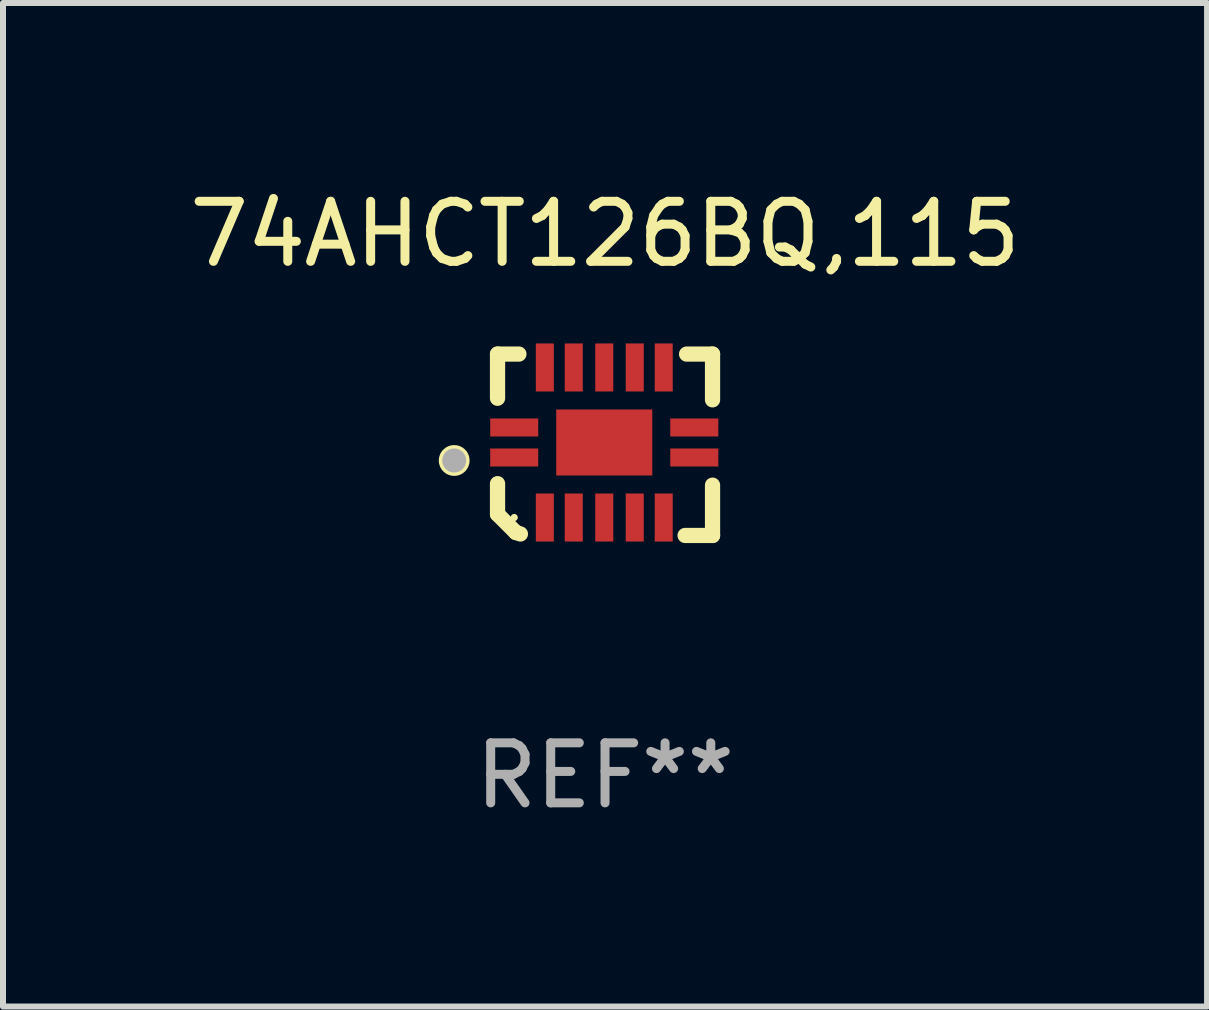
<source format=kicad_pcb>
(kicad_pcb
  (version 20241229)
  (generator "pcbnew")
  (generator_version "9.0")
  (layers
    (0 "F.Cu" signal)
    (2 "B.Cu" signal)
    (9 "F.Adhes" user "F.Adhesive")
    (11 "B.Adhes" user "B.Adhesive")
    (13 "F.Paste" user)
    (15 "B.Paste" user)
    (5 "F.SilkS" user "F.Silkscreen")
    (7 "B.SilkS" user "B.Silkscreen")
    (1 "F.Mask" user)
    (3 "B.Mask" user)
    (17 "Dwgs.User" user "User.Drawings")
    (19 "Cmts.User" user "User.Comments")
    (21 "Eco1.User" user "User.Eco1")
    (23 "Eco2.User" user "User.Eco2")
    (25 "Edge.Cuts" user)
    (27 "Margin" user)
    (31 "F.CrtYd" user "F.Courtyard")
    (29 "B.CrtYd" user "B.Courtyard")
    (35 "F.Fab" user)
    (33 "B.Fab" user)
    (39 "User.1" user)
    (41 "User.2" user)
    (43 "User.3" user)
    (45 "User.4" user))
  (footprint "74AHCT126BQ,115"
    (layer "F.Cu")
    (at 7.03 4.36)
    (property "Reference" "74AHCT126BQ,115" (at 0 -3.511 0) (layer "F.SilkS") (effects (font (size 1 1) (thickness 0.15))))
    (attr through_hole)
    (fp_line (start -1.791 -1.511) (end -1.435 -1.511) (stroke (width 0.254) (type solid)) (layer "F.SilkS"))
    (fp_line (start -1.791 -0.775) (end -1.791 -1.511) (stroke (width 0.254) (type solid)) (layer "F.SilkS"))
    (fp_line (start -1.791 1.156) (end -1.791 0.648) (stroke (width 0.254) (type solid)) (layer "F.SilkS"))
    (fp_line (start -1.486 1.461) (end -1.791 1.156) (stroke (width 0.254) (type solid)) (layer "F.SilkS"))
    (fp_line (start -1.41 1.486) (end -1.486 1.461) (stroke (width 0.254) (type solid)) (layer "F.SilkS"))
    (fp_line (start 1.334 1.511) (end 1.791 1.511) (stroke (width 0.254) (type solid)) (layer "F.SilkS"))
    (fp_line (start 1.791 -1.511) (end 1.359 -1.511) (stroke (width 0.254) (type solid)) (layer "F.SilkS"))
    (fp_line (start 1.791 -0.749) (end 1.791 -1.511) (stroke (width 0.254) (type solid)) (layer "F.SilkS"))
    (fp_line (start 1.791 1.511) (end 1.791 0.673) (stroke (width 0.254) (type solid)) (layer "F.SilkS"))
    (fp_circle (center -2.513 0.262) (end -2.383 0.262) (stroke (width 0.254) (type solid)) (fill no) (layer "F.SilkS"))
    (fp_circle (center -1.513 1.212) (end -1.483 1.212) (stroke (width 0.06) (type solid)) (fill no) (layer "F.SilkS"))
    (fp_circle (center -2.513 0.262) (end -2.413 0.262) (stroke (width 0.2) (type solid)) (fill no) (layer "F.Fab"))
    (fp_text user "REF**" (at 0 5.511 0) (layer "F.Fab") (effects (font (size 1 1) (thickness 0.15))))
    (pad "1" smd rect (at -1.513 0.212) (size 0.8 0.3) (layers "F.Cu" "F.Mask" "F.Paste"))
    (pad "2" smd rect (at -1.003 1.212) (size 0.3 0.8) (layers "F.Cu" "F.Mask" "F.Paste"))
    (pad "3" smd rect (at -0.521 1.212) (size 0.3 0.8) (layers "F.Cu" "F.Mask" "F.Paste"))
    (pad "4" smd rect (at -0.013 1.212) (size 0.3 0.8) (layers "F.Cu" "F.Mask" "F.Paste"))
    (pad "5" smd rect (at 0.495 1.212) (size 0.3 0.8) (layers "F.Cu" "F.Mask" "F.Paste"))
    (pad "6" smd rect (at 0.978 1.212) (size 0.3 0.8) (layers "F.Cu" "F.Mask" "F.Paste"))
    (pad "7" smd rect (at 1.487 0.212) (size 0.8 0.3) (layers "F.Cu" "F.Mask" "F.Paste"))
    (pad "8" smd rect (at 1.487 -0.288) (size 0.8 0.3) (layers "F.Cu" "F.Mask" "F.Paste"))
    (pad "9" smd rect (at 0.978 -1.288) (size 0.3 0.8) (layers "F.Cu" "F.Mask" "F.Paste"))
    (pad "10" smd rect (at 0.495 -1.288) (size 0.3 0.8) (layers "F.Cu" "F.Mask" "F.Paste"))
    (pad "11" smd rect (at -0.013 -1.288) (size 0.3 0.8) (layers "F.Cu" "F.Mask" "F.Paste"))
    (pad "12" smd rect (at -0.521 -1.288) (size 0.3 0.8) (layers "F.Cu" "F.Mask" "F.Paste"))
    (pad "13" smd rect (at -1.003 -1.288) (size 0.3 0.8) (layers "F.Cu" "F.Mask" "F.Paste"))
    (pad "14" smd rect (at -1.513 -0.288) (size 0.8 0.3) (layers "F.Cu" "F.Mask" "F.Paste"))
    (pad "15" smd rect (at -0.013 -0.038 90) (size 1.1 1.6) (layers "F.Cu" "F.Mask" "F.Paste")))
  (gr_rect
    (start -3 -3)
    (end 17.06 13.719)
    (stroke (width 0.1) (type default))
    (fill no)
    (layer "Edge.Cuts")))
</source>
